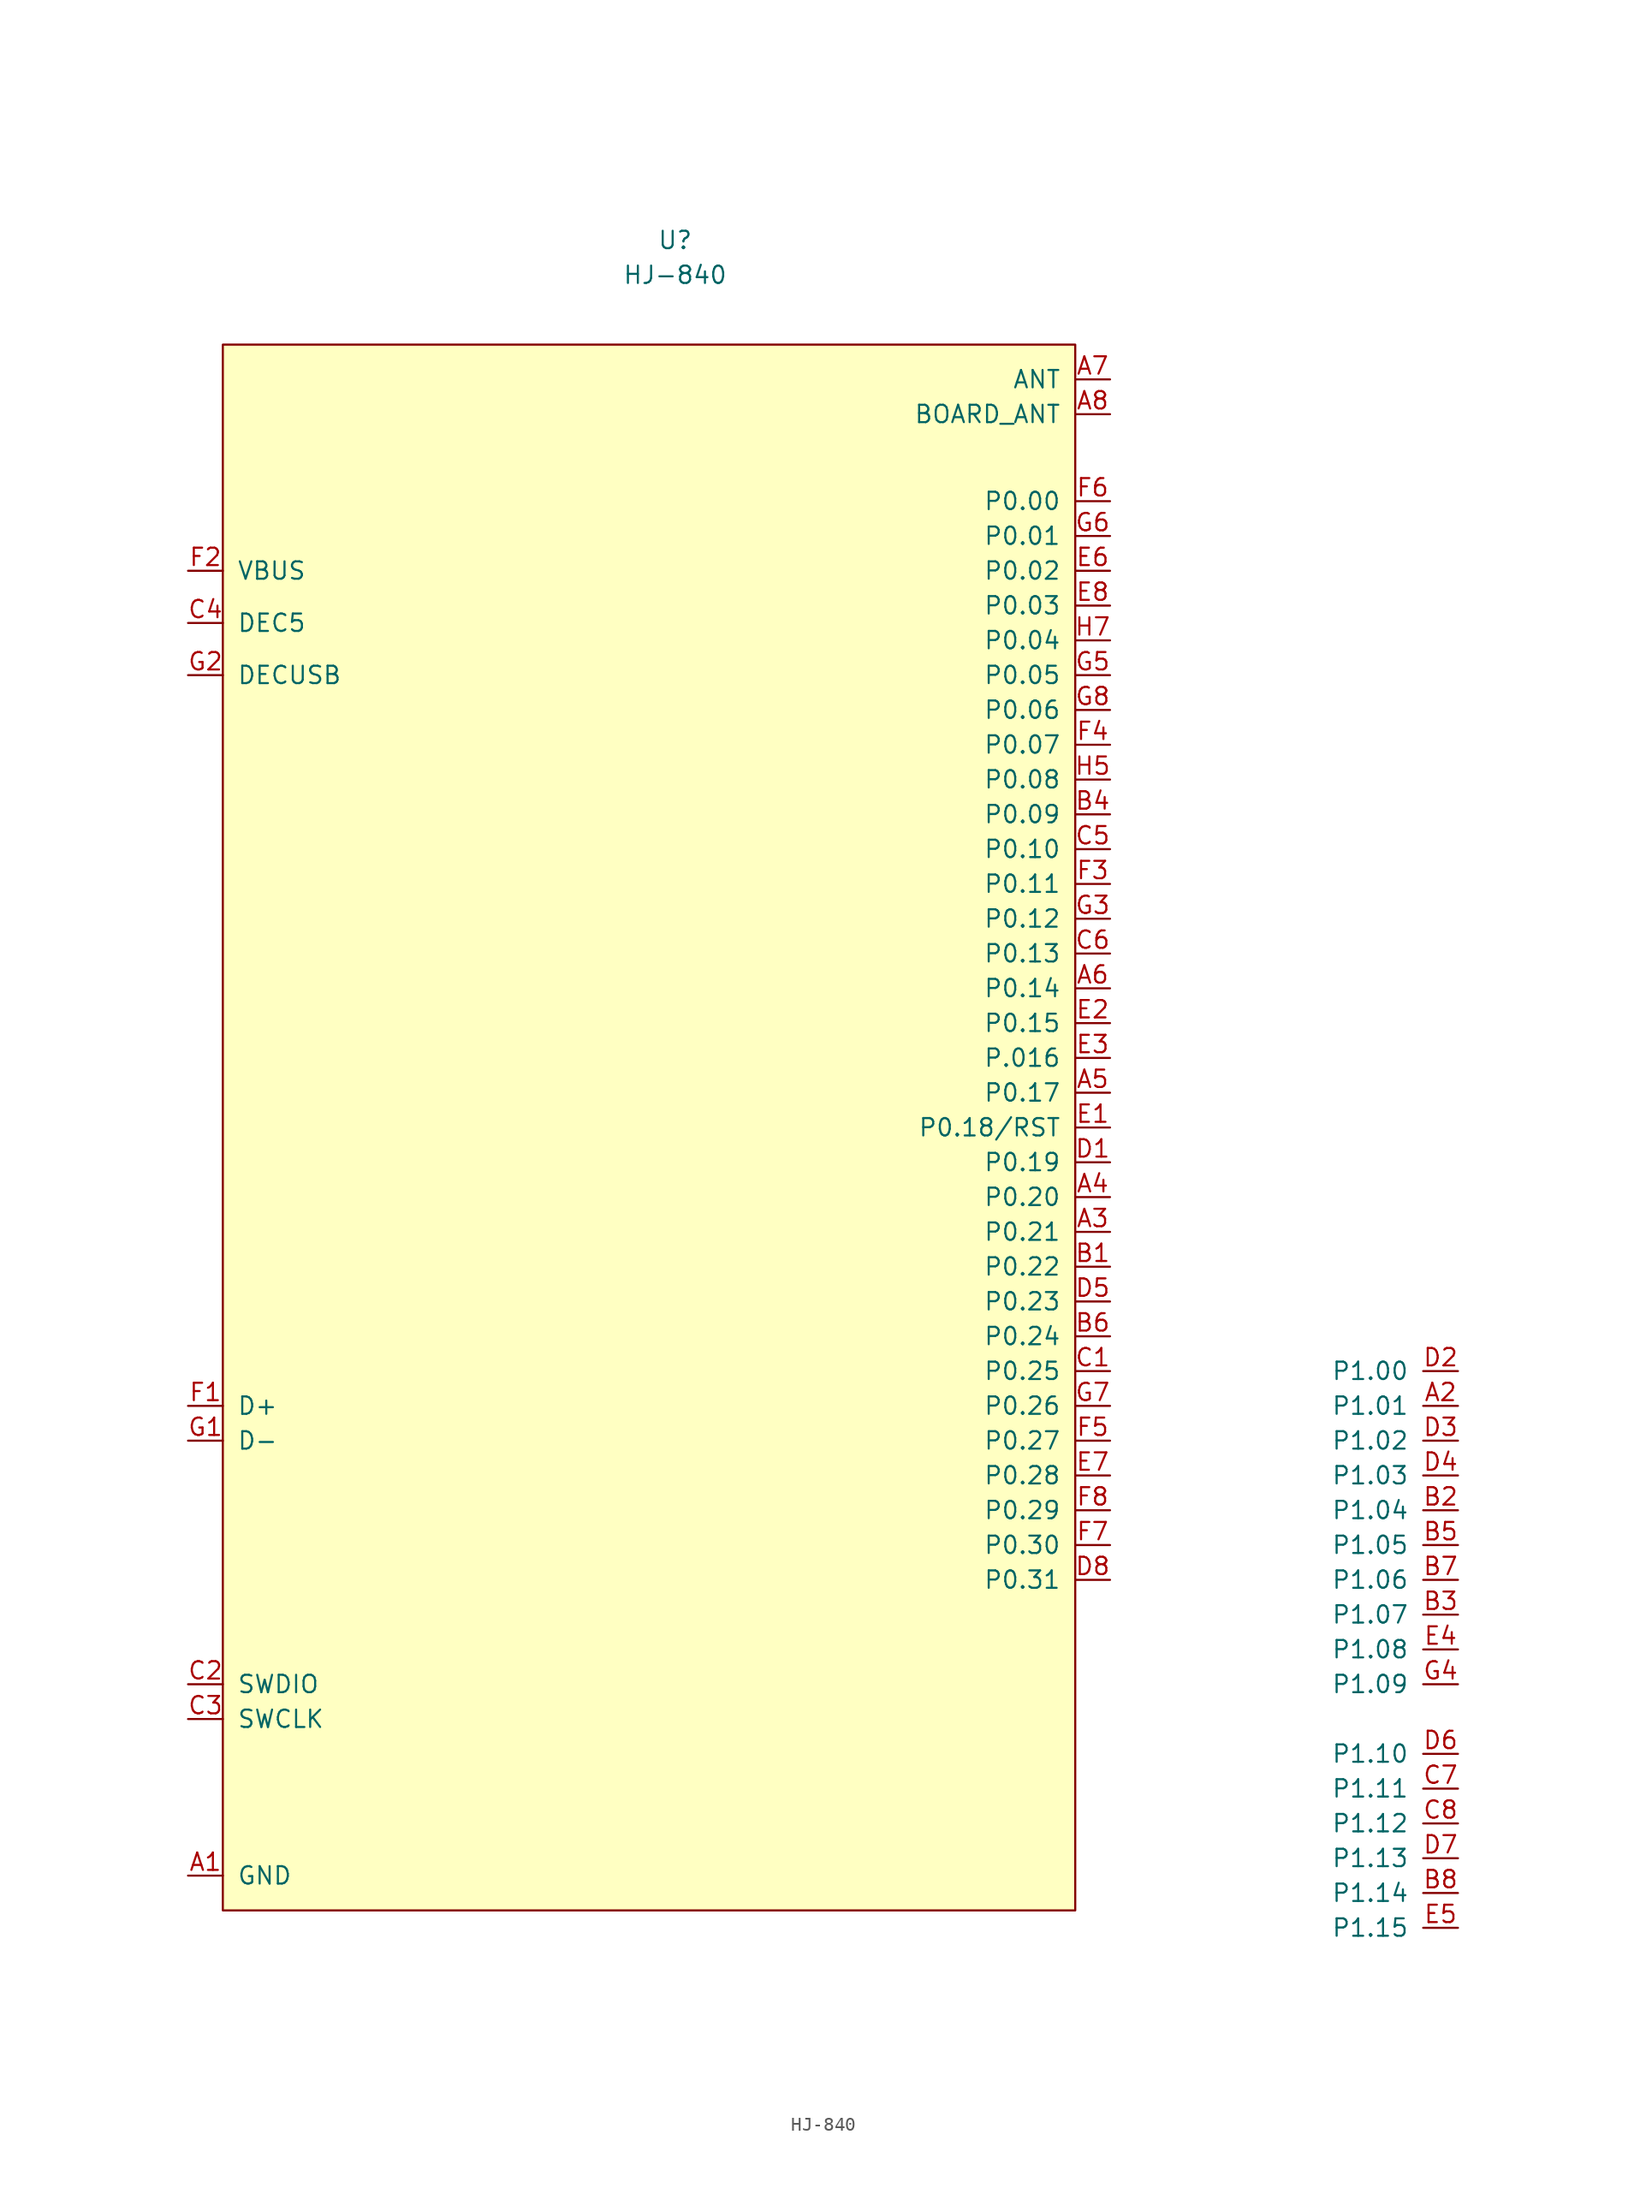
<source format=kicad_sym>
(kicad_symbol_lib
  (version 20211014)
  (generator kicad_symbol_editor)
  (symbol "HJ-840"
    (pin_names
      (offset 1.016))
    (property "Reference" "U"
      (at 0 67.31 0)
      (effects (font (size 1.27 1.27))))
    (property "Value" "HJ-840"
      (at 0 64.77 0)
      (effects (font (size 1.27 1.27))))
    (symbol "HJ-840_0_1"
      (rectangle (start -33.02 59.69) (end 29.21 -54.61) (stroke (width 0) (type default) (color 0 0 0 0)) (fill (type background))))
    (symbol "HJ-840_1_1"
      (pin input line (at -35.56 -52.07 0) (length 2.54) (name "GND" (effects (font (size 1.27 1.27)))) (number "A1" (effects (font (size 1.27 1.27)))))
      (pin input line (at 57.15 -17.78 180) (length 2.54) (name "P1.01" (effects (font (size 1.27 1.27)))) (number "A2" (effects (font (size 1.27 1.27)))))
      (pin input line (at 31.75 -5.08 180) (length 2.54) (name "P0.21" (effects (font (size 1.27 1.27)))) (number "A3" (effects (font (size 1.27 1.27)))))
      (pin input line (at 31.75 -2.54 180) (length 2.54) (name "P0.20" (effects (font (size 1.27 1.27)))) (number "A4" (effects (font (size 1.27 1.27)))))
      (pin input line (at 31.75 5.08 180) (length 2.54) (name "P0.17" (effects (font (size 1.27 1.27)))) (number "A5" (effects (font (size 1.27 1.27)))))
      (pin input line (at 31.75 12.7 180) (length 2.54) (name "P0.14" (effects (font (size 1.27 1.27)))) (number "A6" (effects (font (size 1.27 1.27)))))
      (pin input line (at 31.75 57.15 180) (length 2.54) (name "ANT" (effects (font (size 1.27 1.27)))) (number "A7" (effects (font (size 1.27 1.27)))))
      (pin input line (at 31.75 54.61 180) (length 2.54) (name "BOARD_ANT" (effects (font (size 1.27 1.27)))) (number "A8" (effects (font (size 1.27 1.27)))))
      (pin input line (at 31.75 -7.62 180) (length 2.54) (name "P0.22" (effects (font (size 1.27 1.27)))) (number "B1" (effects (font (size 1.27 1.27)))))
      (pin input line (at 57.15 -25.4 180) (length 2.54) (name "P1.04" (effects (font (size 1.27 1.27)))) (number "B2" (effects (font (size 1.27 1.27)))))
      (pin input line (at 57.15 -33.02 180) (length 2.54) (name "P1.07" (effects (font (size 1.27 1.27)))) (number "B3" (effects (font (size 1.27 1.27)))))
      (pin input line (at 31.75 25.4 180) (length 2.54) (name "P0.09" (effects (font (size 1.27 1.27)))) (number "B4" (effects (font (size 1.27 1.27)))))
      (pin input line (at 57.15 -27.94 180) (length 2.54) (name "P1.05" (effects (font (size 1.27 1.27)))) (number "B5" (effects (font (size 1.27 1.27)))))
      (pin input line (at 31.75 -12.7 180) (length 2.54) (name "P0.24" (effects (font (size 1.27 1.27)))) (number "B6" (effects (font (size 1.27 1.27)))))
      (pin input line (at 57.15 -30.48 180) (length 2.54) (name "P1.06" (effects (font (size 1.27 1.27)))) (number "B7" (effects (font (size 1.27 1.27)))))
      (pin input line (at 57.15 -53.34 180) (length 2.54) (name "P1.14" (effects (font (size 1.27 1.27)))) (number "B8" (effects (font (size 1.27 1.27)))))
      (pin input line (at 31.75 -15.24 180) (length 2.54) (name "P0.25" (effects (font (size 1.27 1.27)))) (number "C1" (effects (font (size 1.27 1.27)))))
      (pin input line (at -35.56 -38.1 0) (length 2.54) (name "SWDIO" (effects (font (size 1.27 1.27)))) (number "C2" (effects (font (size 1.27 1.27)))))
      (pin input line (at -35.56 -40.64 0) (length 2.54) (name "SWCLK" (effects (font (size 1.27 1.27)))) (number "C3" (effects (font (size 1.27 1.27)))))
      (pin input line (at -35.56 39.37 0) (length 2.54) (name "DEC5" (effects (font (size 1.27 1.27)))) (number "C4" (effects (font (size 1.27 1.27)))))
      (pin input line (at 31.75 22.86 180) (length 2.54) (name "P0.10" (effects (font (size 1.27 1.27)))) (number "C5" (effects (font (size 1.27 1.27)))))
      (pin input line (at 31.75 15.24 180) (length 2.54) (name "P0.13" (effects (font (size 1.27 1.27)))) (number "C6" (effects (font (size 1.27 1.27)))))
      (pin input line (at 57.15 -45.72 180) (length 2.54) (name "P1.11" (effects (font (size 1.27 1.27)))) (number "C7" (effects (font (size 1.27 1.27)))))
      (pin input line (at 57.15 -48.26 180) (length 2.54) (name "P1.12" (effects (font (size 1.27 1.27)))) (number "C8" (effects (font (size 1.27 1.27)))))
      (pin input line (at 31.75 0 180) (length 2.54) (name "P0.19" (effects (font (size 1.27 1.27)))) (number "D1" (effects (font (size 1.27 1.27)))))
      (pin input line (at 57.15 -15.24 180) (length 2.54) (name "P1.00" (effects (font (size 1.27 1.27)))) (number "D2" (effects (font (size 1.27 1.27)))))
      (pin input line (at 57.15 -20.32 180) (length 2.54) (name "P1.02" (effects (font (size 1.27 1.27)))) (number "D3" (effects (font (size 1.27 1.27)))))
      (pin input line (at 57.15 -22.86 180) (length 2.54) (name "P1.03" (effects (font (size 1.27 1.27)))) (number "D4" (effects (font (size 1.27 1.27)))))
      (pin input line (at 31.75 -10.16 180) (length 2.54) (name "P0.23" (effects (font (size 1.27 1.27)))) (number "D5" (effects (font (size 1.27 1.27)))))
      (pin input line (at 57.15 -43.18 180) (length 2.54) (name "P1.10" (effects (font (size 1.27 1.27)))) (number "D6" (effects (font (size 1.27 1.27)))))
      (pin input line (at 57.15 -50.8 180) (length 2.54) (name "P1.13" (effects (font (size 1.27 1.27)))) (number "D7" (effects (font (size 1.27 1.27)))))
      (pin input line (at 31.75 -30.48 180) (length 2.54) (name "P0.31" (effects (font (size 1.27 1.27)))) (number "D8" (effects (font (size 1.27 1.27)))))
      (pin input line (at 31.75 2.54 180) (length 2.54) (name "P0.18/RST" (effects (font (size 1.27 1.27)))) (number "E1" (effects (font (size 1.27 1.27)))))
      (pin input line (at 31.75 10.16 180) (length 2.54) (name "P0.15" (effects (font (size 1.27 1.27)))) (number "E2" (effects (font (size 1.27 1.27)))))
      (pin input line (at 31.75 7.62 180) (length 2.54) (name "P.016" (effects (font (size 1.27 1.27)))) (number "E3" (effects (font (size 1.27 1.27)))))
      (pin input line (at 57.15 -35.56 180) (length 2.54) (name "P1.08" (effects (font (size 1.27 1.27)))) (number "E4" (effects (font (size 1.27 1.27)))))
      (pin input line (at 57.15 -55.88 180) (length 2.54) (name "P1.15" (effects (font (size 1.27 1.27)))) (number "E5" (effects (font (size 1.27 1.27)))))
      (pin input line (at 31.75 43.18 180) (length 2.54) (name "P0.02" (effects (font (size 1.27 1.27)))) (number "E6" (effects (font (size 1.27 1.27)))))
      (pin input line (at 31.75 -22.86 180) (length 2.54) (name "P0.28" (effects (font (size 1.27 1.27)))) (number "E7" (effects (font (size 1.27 1.27)))))
      (pin input line (at 31.75 40.64 180) (length 2.54) (name "P0.03" (effects (font (size 1.27 1.27)))) (number "E8" (effects (font (size 1.27 1.27)))))
      (pin input line (at -35.56 -17.78 0) (length 2.54) (name "D+" (effects (font (size 1.27 1.27)))) (number "F1" (effects (font (size 1.27 1.27)))))
      (pin input line (at -35.56 43.18 0) (length 2.54) (name "VBUS" (effects (font (size 1.27 1.27)))) (number "F2" (effects (font (size 1.27 1.27)))))
      (pin input line (at 31.75 20.32 180) (length 2.54) (name "P0.11" (effects (font (size 1.27 1.27)))) (number "F3" (effects (font (size 1.27 1.27)))))
      (pin input line (at 31.75 30.48 180) (length 2.54) (name "P0.07" (effects (font (size 1.27 1.27)))) (number "F4" (effects (font (size 1.27 1.27)))))
      (pin input line (at 31.75 -20.32 180) (length 2.54) (name "P0.27" (effects (font (size 1.27 1.27)))) (number "F5" (effects (font (size 1.27 1.27)))))
      (pin input line (at 31.75 48.26 180) (length 2.54) (name "P0.00" (effects (font (size 1.27 1.27)))) (number "F6" (effects (font (size 1.27 1.27)))))
      (pin input line (at 31.75 -27.94 180) (length 2.54) (name "P0.30" (effects (font (size 1.27 1.27)))) (number "F7" (effects (font (size 1.27 1.27)))))
      (pin input line (at 31.75 -25.4 180) (length 2.54) (name "P0.29" (effects (font (size 1.27 1.27)))) (number "F8" (effects (font (size 1.27 1.27)))))
      (pin input line (at -35.56 -20.32 0) (length 2.54) (name "D-" (effects (font (size 1.27 1.27)))) (number "G1" (effects (font (size 1.27 1.27)))))
      (pin input line (at -35.56 35.56 0) (length 2.54) (name "DECUSB" (effects (font (size 1.27 1.27)))) (number "G2" (effects (font (size 1.27 1.27)))))
      (pin input line (at 31.75 17.78 180) (length 2.54) (name "P0.12" (effects (font (size 1.27 1.27)))) (number "G3" (effects (font (size 1.27 1.27)))))
      (pin input line (at 57.15 -38.1 180) (length 2.54) (name "P1.09" (effects (font (size 1.27 1.27)))) (number "G4" (effects (font (size 1.27 1.27)))))
      (pin input line (at 31.75 35.56 180) (length 2.54) (name "P0.05" (effects (font (size 1.27 1.27)))) (number "G5" (effects (font (size 1.27 1.27)))))
      (pin input line (at 31.75 45.72 180) (length 2.54) (name "P0.01" (effects (font (size 1.27 1.27)))) (number "G6" (effects (font (size 1.27 1.27)))))
      (pin input line (at 31.75 -17.78 180) (length 2.54) (name "P0.26" (effects (font (size 1.27 1.27)))) (number "G7" (effects (font (size 1.27 1.27)))))
      (pin input line (at 31.75 33.02 180) (length 2.54) (name "P0.06" (effects (font (size 1.27 1.27)))) (number "G8" (effects (font (size 1.27 1.27)))))
      (pin input line (at 31.75 27.94 180) (length 2.54) (name "P0.08" (effects (font (size 1.27 1.27)))) (number "H5" (effects (font (size 1.27 1.27)))))
      (pin input line (at 31.75 38.1 180) (length 2.54) (name "P0.04" (effects (font (size 1.27 1.27)))) (number "H7" (effects (font (size 1.27 1.27))))))))
</source>
